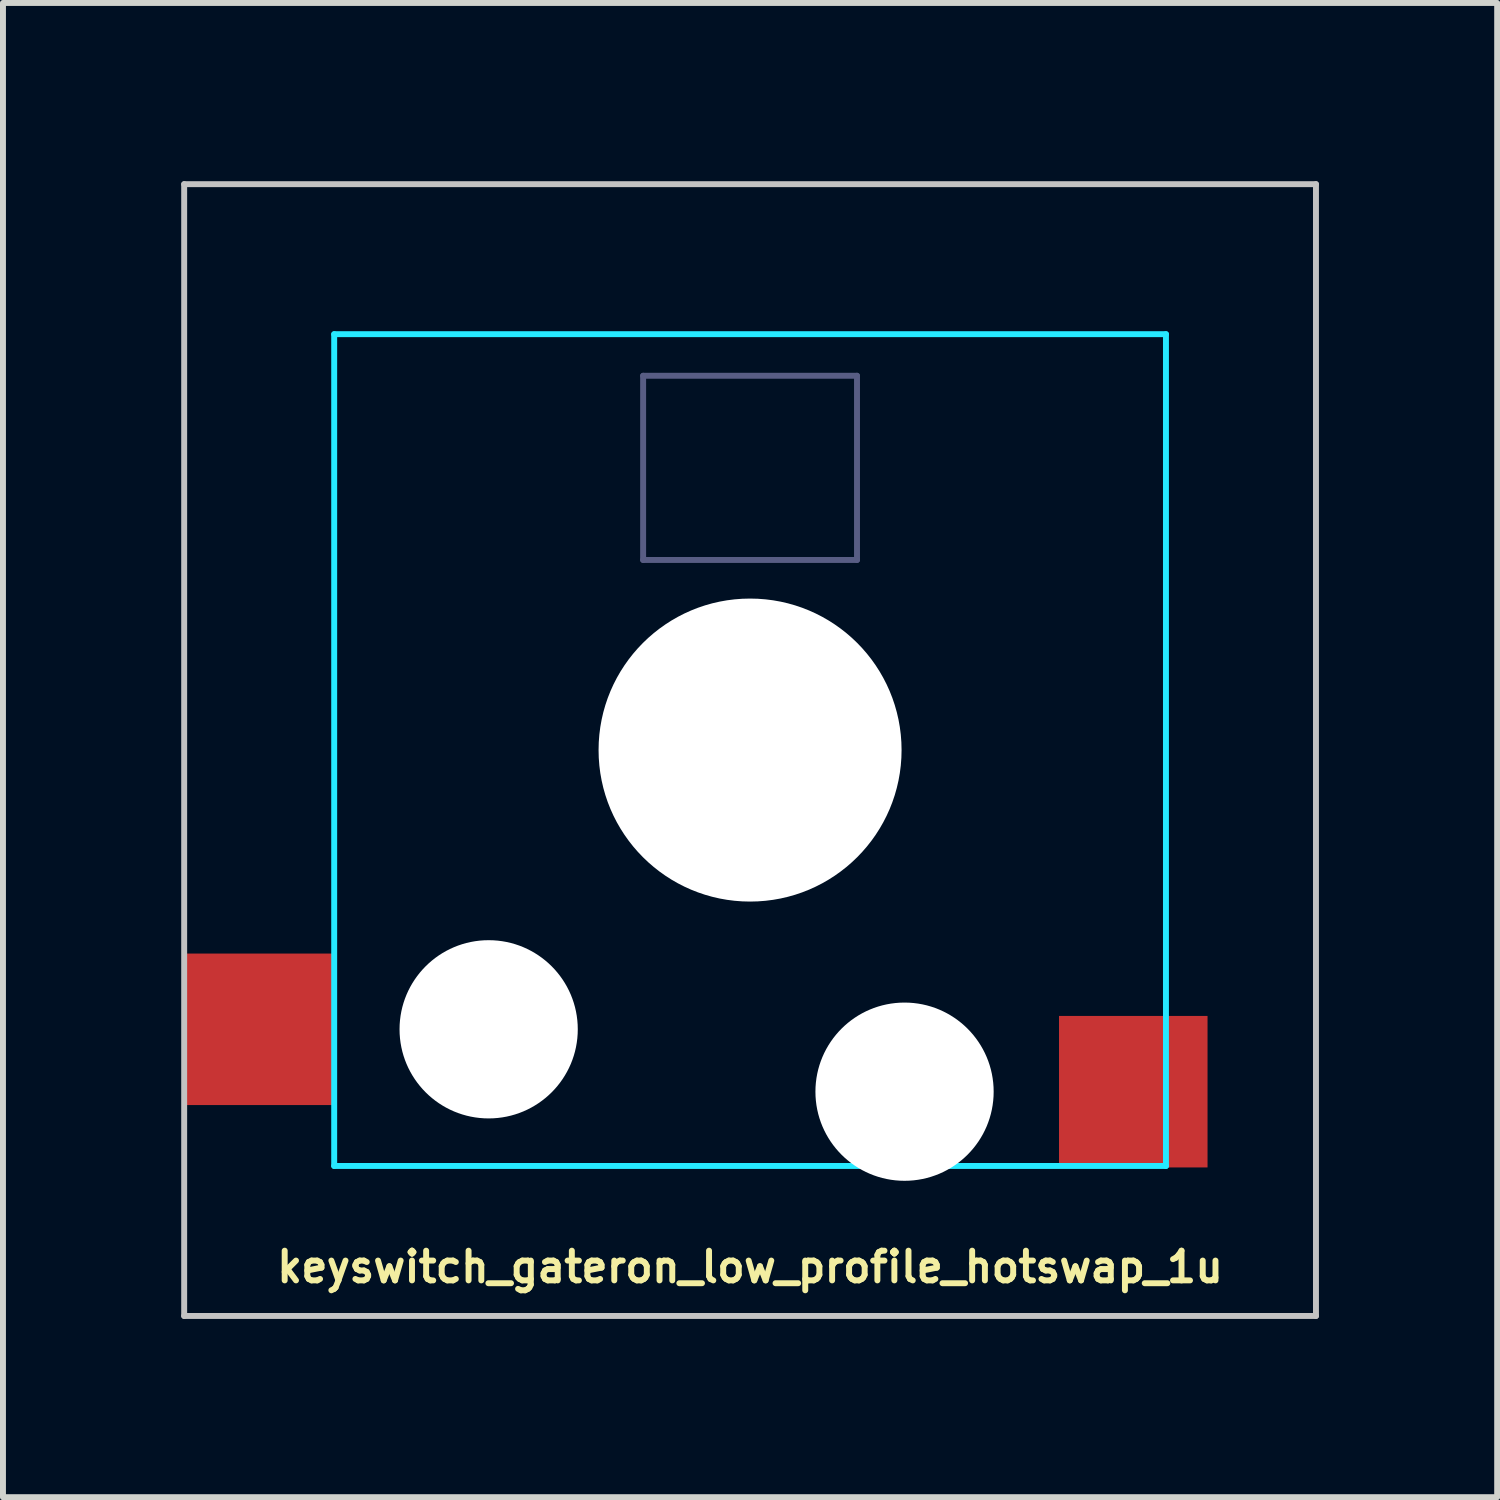
<source format=kicad_pcb>
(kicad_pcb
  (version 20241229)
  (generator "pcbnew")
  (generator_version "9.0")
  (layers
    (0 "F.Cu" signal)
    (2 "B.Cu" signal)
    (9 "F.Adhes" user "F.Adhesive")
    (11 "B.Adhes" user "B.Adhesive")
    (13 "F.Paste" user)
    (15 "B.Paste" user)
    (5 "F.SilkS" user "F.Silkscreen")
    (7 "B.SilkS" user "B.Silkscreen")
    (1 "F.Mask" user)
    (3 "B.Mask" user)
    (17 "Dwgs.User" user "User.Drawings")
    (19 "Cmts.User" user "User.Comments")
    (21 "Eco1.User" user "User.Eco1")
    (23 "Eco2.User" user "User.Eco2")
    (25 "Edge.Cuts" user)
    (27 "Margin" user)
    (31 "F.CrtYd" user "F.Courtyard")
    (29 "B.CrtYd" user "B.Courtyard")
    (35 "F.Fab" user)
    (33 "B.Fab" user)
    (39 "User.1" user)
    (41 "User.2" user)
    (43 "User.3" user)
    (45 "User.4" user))
  (footprint "keyswitch_gateron_low_profile_hotswap_1u"
    (layer "F.Cu")
    (at 9.575 9.575)
    (property "Reference" "keyswitch_gateron_low_profile_hotswap_1u" (at 0 8.7 0) (layer "F.SilkS") (effects (font (size 0.5 0.5) (thickness 0.1) (bold yes))))
    (attr smd)
    (fp_line (start -9.525 -9.525) (end -9.525 9.525) (stroke (width 0.1) (type solid)) (layer "Dwgs.User"))
    (fp_line (start -9.525 9.525) (end 9.525 9.525) (stroke (width 0.1) (type solid)) (layer "Dwgs.User"))
    (fp_line (start 9.525 -9.525) (end -9.525 -9.525) (stroke (width 0.1) (type solid)) (layer "Dwgs.User"))
    (fp_line (start 9.525 9.525) (end 9.525 -9.525) (stroke (width 0.1) (type solid)) (layer "Dwgs.User"))
    (fp_line (start -7 -7) (end -7 7) (stroke (width 0.1) (type solid)) (layer "B.CrtYd"))
    (fp_line (start -7 7) (end 7 7) (stroke (width 0.1) (type solid)) (layer "B.CrtYd"))
    (fp_line (start 7 -7) (end -7 -7) (stroke (width 0.1) (type solid)) (layer "B.CrtYd"))
    (fp_line (start 7 7) (end 7 -7) (stroke (width 0.1) (type solid)) (layer "B.CrtYd"))
    (fp_line (start -1.8 -6.3) (end 1.8 -6.3) (stroke (width 0.1) (type default)) (layer "B.Fab"))
    (fp_line (start -1.8 -3.2) (end -1.8 -6.3) (stroke (width 0.1) (type default)) (layer "B.Fab"))
    (fp_line (start -1.8 -3.2) (end 1.8 -3.2) (stroke (width 0.1) (type default)) (layer "B.Fab"))
    (fp_line (start 1.8 -3.2) (end 1.8 -6.3) (stroke (width 0.1) (type default)) (layer "B.Fab"))
    (pad "" np_thru_hole circle (at -4.4 4.7 270) (size 3 3) (drill 3) (layers "*.Cu" "*.Mask"))
    (pad "" np_thru_hole circle (at 0 0 270) (size 5.1 5.1) (drill 5.1) (layers "*.Cu" "*.Mask"))
    (pad "" np_thru_hole circle (at 2.6 5.75 270) (size 3 3) (drill 3) (layers "*.Cu" "*.Mask"))
    (pad "1" smd rect (at 6.45 5.75 180) (size 2.5 2.55) (layers "F.Cu" "F.Mask" "F.Paste"))
    (pad "2" smd rect (at -8.25 4.7 180) (size 2.5 2.55) (layers "F.Cu" "F.Mask" "F.Paste")))
  (gr_rect
    (start -3 -3)
    (end 22.15 22.15)
    (stroke (width 0.1) (type default))
    (fill no)
    (layer "Edge.Cuts")))
</source>
